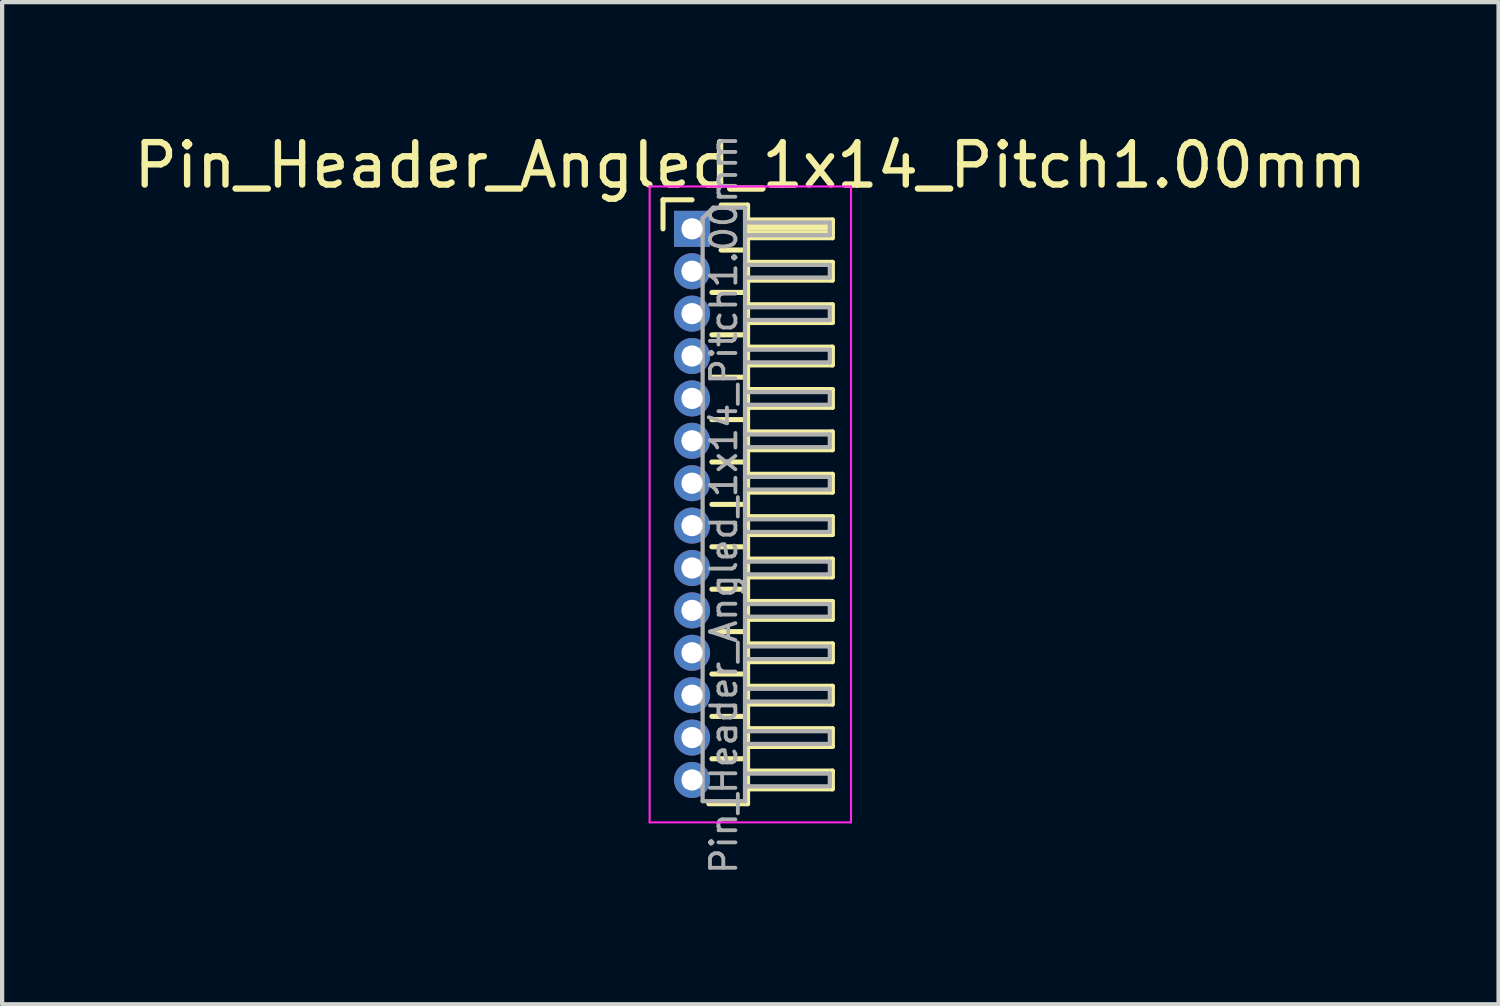
<source format=kicad_pcb>
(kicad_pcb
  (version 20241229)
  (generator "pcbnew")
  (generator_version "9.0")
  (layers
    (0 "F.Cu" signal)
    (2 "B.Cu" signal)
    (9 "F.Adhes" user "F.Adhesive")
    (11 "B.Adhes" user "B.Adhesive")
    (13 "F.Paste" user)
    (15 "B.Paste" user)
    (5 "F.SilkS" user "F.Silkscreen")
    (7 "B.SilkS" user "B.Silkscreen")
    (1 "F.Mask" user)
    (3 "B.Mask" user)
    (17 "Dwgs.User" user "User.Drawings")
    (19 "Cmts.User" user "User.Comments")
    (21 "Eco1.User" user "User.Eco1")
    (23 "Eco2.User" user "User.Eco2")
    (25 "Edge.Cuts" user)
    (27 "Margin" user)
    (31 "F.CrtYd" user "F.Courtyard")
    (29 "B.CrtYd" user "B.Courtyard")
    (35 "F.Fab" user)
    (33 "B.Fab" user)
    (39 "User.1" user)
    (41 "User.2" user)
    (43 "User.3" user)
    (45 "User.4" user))
  (footprint "Pin_Header_Angled_1x14_Pitch1.00mm"
    (layer "F.Cu")
    (at 13.274 2.348)
    (property "Reference" "Pin_Header_Angled_1x14_Pitch1.00mm" (at 1.375 -1.5 0) (layer "F.SilkS") (effects (font (size 1 1) (thickness 0.15))))
    (attr through_hole)
    (fp_line (start -0.685 -0.685) (end 0 -0.685) (stroke (width 0.12) (type solid)) (layer "F.SilkS"))
    (fp_line (start -0.685 0) (end -0.685 -0.685) (stroke (width 0.12) (type solid)) (layer "F.SilkS"))
    (fp_line (start 0.468 1.5) (end 1.31 1.5) (stroke (width 0.12) (type solid)) (layer "F.SilkS"))
    (fp_line (start 0.468 2.5) (end 1.31 2.5) (stroke (width 0.12) (type solid)) (layer "F.SilkS"))
    (fp_line (start 0.468 3.5) (end 1.31 3.5) (stroke (width 0.12) (type solid)) (layer "F.SilkS"))
    (fp_line (start 0.468 4.5) (end 1.31 4.5) (stroke (width 0.12) (type solid)) (layer "F.SilkS"))
    (fp_line (start 0.468 5.5) (end 1.31 5.5) (stroke (width 0.12) (type solid)) (layer "F.SilkS"))
    (fp_line (start 0.468 6.5) (end 1.31 6.5) (stroke (width 0.12) (type solid)) (layer "F.SilkS"))
    (fp_line (start 0.468 7.5) (end 1.31 7.5) (stroke (width 0.12) (type solid)) (layer "F.SilkS"))
    (fp_line (start 0.468 8.5) (end 1.31 8.5) (stroke (width 0.12) (type solid)) (layer "F.SilkS"))
    (fp_line (start 0.468 9.5) (end 1.31 9.5) (stroke (width 0.12) (type solid)) (layer "F.SilkS"))
    (fp_line (start 0.468 10.5) (end 1.31 10.5) (stroke (width 0.12) (type solid)) (layer "F.SilkS"))
    (fp_line (start 0.468 11.5) (end 1.31 11.5) (stroke (width 0.12) (type solid)) (layer "F.SilkS"))
    (fp_line (start 0.468 12.5) (end 1.31 12.5) (stroke (width 0.12) (type solid)) (layer "F.SilkS"))
    (fp_line (start 0.685 -0.56) (end 1.31 -0.56) (stroke (width 0.12) (type solid)) (layer "F.SilkS"))
    (fp_line (start 0.685 0.5) (end 1.31 0.5) (stroke (width 0.12) (type solid)) (layer "F.SilkS"))
    (fp_line (start 1.31 -0.56) (end 1.31 13.56) (stroke (width 0.12) (type solid)) (layer "F.SilkS"))
    (fp_line (start 1.31 -0.21) (end 3.31 -0.21) (stroke (width 0.12) (type solid)) (layer "F.SilkS"))
    (fp_line (start 1.31 -0.15) (end 3.31 -0.15) (stroke (width 0.12) (type solid)) (layer "F.SilkS"))
    (fp_line (start 1.31 -0.03) (end 3.31 -0.03) (stroke (width 0.12) (type solid)) (layer "F.SilkS"))
    (fp_line (start 1.31 0.09) (end 3.31 0.09) (stroke (width 0.12) (type solid)) (layer "F.SilkS"))
    (fp_line (start 1.31 0.79) (end 3.31 0.79) (stroke (width 0.12) (type solid)) (layer "F.SilkS"))
    (fp_line (start 1.31 1.79) (end 3.31 1.79) (stroke (width 0.12) (type solid)) (layer "F.SilkS"))
    (fp_line (start 1.31 2.79) (end 3.31 2.79) (stroke (width 0.12) (type solid)) (layer "F.SilkS"))
    (fp_line (start 1.31 3.79) (end 3.31 3.79) (stroke (width 0.12) (type solid)) (layer "F.SilkS"))
    (fp_line (start 1.31 4.79) (end 3.31 4.79) (stroke (width 0.12) (type solid)) (layer "F.SilkS"))
    (fp_line (start 1.31 5.79) (end 3.31 5.79) (stroke (width 0.12) (type solid)) (layer "F.SilkS"))
    (fp_line (start 1.31 6.79) (end 3.31 6.79) (stroke (width 0.12) (type solid)) (layer "F.SilkS"))
    (fp_line (start 1.31 7.79) (end 3.31 7.79) (stroke (width 0.12) (type solid)) (layer "F.SilkS"))
    (fp_line (start 1.31 8.79) (end 3.31 8.79) (stroke (width 0.12) (type solid)) (layer "F.SilkS"))
    (fp_line (start 1.31 9.79) (end 3.31 9.79) (stroke (width 0.12) (type solid)) (layer "F.SilkS"))
    (fp_line (start 1.31 10.79) (end 3.31 10.79) (stroke (width 0.12) (type solid)) (layer "F.SilkS"))
    (fp_line (start 1.31 11.79) (end 3.31 11.79) (stroke (width 0.12) (type solid)) (layer "F.SilkS"))
    (fp_line (start 1.31 12.79) (end 3.31 12.79) (stroke (width 0.12) (type solid)) (layer "F.SilkS"))
    (fp_line (start 1.31 13.56) (end 0.394 13.56) (stroke (width 0.12) (type solid)) (layer "F.SilkS"))
    (fp_line (start 3.31 -0.21) (end 3.31 0.21) (stroke (width 0.12) (type solid)) (layer "F.SilkS"))
    (fp_line (start 3.31 0.21) (end 1.31 0.21) (stroke (width 0.12) (type solid)) (layer "F.SilkS"))
    (fp_line (start 3.31 0.79) (end 3.31 1.21) (stroke (width 0.12) (type solid)) (layer "F.SilkS"))
    (fp_line (start 3.31 1.21) (end 1.31 1.21) (stroke (width 0.12) (type solid)) (layer "F.SilkS"))
    (fp_line (start 3.31 1.79) (end 3.31 2.21) (stroke (width 0.12) (type solid)) (layer "F.SilkS"))
    (fp_line (start 3.31 2.21) (end 1.31 2.21) (stroke (width 0.12) (type solid)) (layer "F.SilkS"))
    (fp_line (start 3.31 2.79) (end 3.31 3.21) (stroke (width 0.12) (type solid)) (layer "F.SilkS"))
    (fp_line (start 3.31 3.21) (end 1.31 3.21) (stroke (width 0.12) (type solid)) (layer "F.SilkS"))
    (fp_line (start 3.31 3.79) (end 3.31 4.21) (stroke (width 0.12) (type solid)) (layer "F.SilkS"))
    (fp_line (start 3.31 4.21) (end 1.31 4.21) (stroke (width 0.12) (type solid)) (layer "F.SilkS"))
    (fp_line (start 3.31 4.79) (end 3.31 5.21) (stroke (width 0.12) (type solid)) (layer "F.SilkS"))
    (fp_line (start 3.31 5.21) (end 1.31 5.21) (stroke (width 0.12) (type solid)) (layer "F.SilkS"))
    (fp_line (start 3.31 5.79) (end 3.31 6.21) (stroke (width 0.12) (type solid)) (layer "F.SilkS"))
    (fp_line (start 3.31 6.21) (end 1.31 6.21) (stroke (width 0.12) (type solid)) (layer "F.SilkS"))
    (fp_line (start 3.31 6.79) (end 3.31 7.21) (stroke (width 0.12) (type solid)) (layer "F.SilkS"))
    (fp_line (start 3.31 7.21) (end 1.31 7.21) (stroke (width 0.12) (type solid)) (layer "F.SilkS"))
    (fp_line (start 3.31 7.79) (end 3.31 8.21) (stroke (width 0.12) (type solid)) (layer "F.SilkS"))
    (fp_line (start 3.31 8.21) (end 1.31 8.21) (stroke (width 0.12) (type solid)) (layer "F.SilkS"))
    (fp_line (start 3.31 8.79) (end 3.31 9.21) (stroke (width 0.12) (type solid)) (layer "F.SilkS"))
    (fp_line (start 3.31 9.21) (end 1.31 9.21) (stroke (width 0.12) (type solid)) (layer "F.SilkS"))
    (fp_line (start 3.31 9.79) (end 3.31 10.21) (stroke (width 0.12) (type solid)) (layer "F.SilkS"))
    (fp_line (start 3.31 10.21) (end 1.31 10.21) (stroke (width 0.12) (type solid)) (layer "F.SilkS"))
    (fp_line (start 3.31 10.79) (end 3.31 11.21) (stroke (width 0.12) (type solid)) (layer "F.SilkS"))
    (fp_line (start 3.31 11.21) (end 1.31 11.21) (stroke (width 0.12) (type solid)) (layer "F.SilkS"))
    (fp_line (start 3.31 11.79) (end 3.31 12.21) (stroke (width 0.12) (type solid)) (layer "F.SilkS"))
    (fp_line (start 3.31 12.21) (end 1.31 12.21) (stroke (width 0.12) (type solid)) (layer "F.SilkS"))
    (fp_line (start 3.31 12.79) (end 3.31 13.21) (stroke (width 0.12) (type solid)) (layer "F.SilkS"))
    (fp_line (start 3.31 13.21) (end 1.31 13.21) (stroke (width 0.12) (type solid)) (layer "F.SilkS"))
    (fp_line (start -1 -1) (end -1 14) (stroke (width 0.05) (type solid)) (layer "F.CrtYd"))
    (fp_line (start -1 14) (end 3.75 14) (stroke (width 0.05) (type solid)) (layer "F.CrtYd"))
    (fp_line (start 3.75 -1) (end -1 -1) (stroke (width 0.05) (type solid)) (layer "F.CrtYd"))
    (fp_line (start 3.75 14) (end 3.75 -1) (stroke (width 0.05) (type solid)) (layer "F.CrtYd"))
    (fp_line (start -0.15 -0.15) (end -0.15 0.15) (stroke (width 0.1) (type solid)) (layer "F.Fab"))
    (fp_line (start -0.15 -0.15) (end 0.25 -0.15) (stroke (width 0.1) (type solid)) (layer "F.Fab"))
    (fp_line (start -0.15 0.15) (end 0.25 0.15) (stroke (width 0.1) (type solid)) (layer "F.Fab"))
    (fp_line (start -0.15 0.85) (end -0.15 1.15) (stroke (width 0.1) (type solid)) (layer "F.Fab"))
    (fp_line (start -0.15 0.85) (end 0.25 0.85) (stroke (width 0.1) (type solid)) (layer "F.Fab"))
    (fp_line (start -0.15 1.15) (end 0.25 1.15) (stroke (width 0.1) (type solid)) (layer "F.Fab"))
    (fp_line (start -0.15 1.85) (end -0.15 2.15) (stroke (width 0.1) (type solid)) (layer "F.Fab"))
    (fp_line (start -0.15 1.85) (end 0.25 1.85) (stroke (width 0.1) (type solid)) (layer "F.Fab"))
    (fp_line (start -0.15 2.15) (end 0.25 2.15) (stroke (width 0.1) (type solid)) (layer "F.Fab"))
    (fp_line (start -0.15 2.85) (end -0.15 3.15) (stroke (width 0.1) (type solid)) (layer "F.Fab"))
    (fp_line (start -0.15 2.85) (end 0.25 2.85) (stroke (width 0.1) (type solid)) (layer "F.Fab"))
    (fp_line (start -0.15 3.15) (end 0.25 3.15) (stroke (width 0.1) (type solid)) (layer "F.Fab"))
    (fp_line (start -0.15 3.85) (end -0.15 4.15) (stroke (width 0.1) (type solid)) (layer "F.Fab"))
    (fp_line (start -0.15 3.85) (end 0.25 3.85) (stroke (width 0.1) (type solid)) (layer "F.Fab"))
    (fp_line (start -0.15 4.15) (end 0.25 4.15) (stroke (width 0.1) (type solid)) (layer "F.Fab"))
    (fp_line (start -0.15 4.85) (end -0.15 5.15) (stroke (width 0.1) (type solid)) (layer "F.Fab"))
    (fp_line (start -0.15 4.85) (end 0.25 4.85) (stroke (width 0.1) (type solid)) (layer "F.Fab"))
    (fp_line (start -0.15 5.15) (end 0.25 5.15) (stroke (width 0.1) (type solid)) (layer "F.Fab"))
    (fp_line (start -0.15 5.85) (end -0.15 6.15) (stroke (width 0.1) (type solid)) (layer "F.Fab"))
    (fp_line (start -0.15 5.85) (end 0.25 5.85) (stroke (width 0.1) (type solid)) (layer "F.Fab"))
    (fp_line (start -0.15 6.15) (end 0.25 6.15) (stroke (width 0.1) (type solid)) (layer "F.Fab"))
    (fp_line (start -0.15 6.85) (end -0.15 7.15) (stroke (width 0.1) (type solid)) (layer "F.Fab"))
    (fp_line (start -0.15 6.85) (end 0.25 6.85) (stroke (width 0.1) (type solid)) (layer "F.Fab"))
    (fp_line (start -0.15 7.15) (end 0.25 7.15) (stroke (width 0.1) (type solid)) (layer "F.Fab"))
    (fp_line (start -0.15 7.85) (end -0.15 8.15) (stroke (width 0.1) (type solid)) (layer "F.Fab"))
    (fp_line (start -0.15 7.85) (end 0.25 7.85) (stroke (width 0.1) (type solid)) (layer "F.Fab"))
    (fp_line (start -0.15 8.15) (end 0.25 8.15) (stroke (width 0.1) (type solid)) (layer "F.Fab"))
    (fp_line (start -0.15 8.85) (end -0.15 9.15) (stroke (width 0.1) (type solid)) (layer "F.Fab"))
    (fp_line (start -0.15 8.85) (end 0.25 8.85) (stroke (width 0.1) (type solid)) (layer "F.Fab"))
    (fp_line (start -0.15 9.15) (end 0.25 9.15) (stroke (width 0.1) (type solid)) (layer "F.Fab"))
    (fp_line (start -0.15 9.85) (end -0.15 10.15) (stroke (width 0.1) (type solid)) (layer "F.Fab"))
    (fp_line (start -0.15 9.85) (end 0.25 9.85) (stroke (width 0.1) (type solid)) (layer "F.Fab"))
    (fp_line (start -0.15 10.15) (end 0.25 10.15) (stroke (width 0.1) (type solid)) (layer "F.Fab"))
    (fp_line (start -0.15 10.85) (end -0.15 11.15) (stroke (width 0.1) (type solid)) (layer "F.Fab"))
    (fp_line (start -0.15 10.85) (end 0.25 10.85) (stroke (width 0.1) (type solid)) (layer "F.Fab"))
    (fp_line (start -0.15 11.15) (end 0.25 11.15) (stroke (width 0.1) (type solid)) (layer "F.Fab"))
    (fp_line (start -0.15 11.85) (end -0.15 12.15) (stroke (width 0.1) (type solid)) (layer "F.Fab"))
    (fp_line (start -0.15 11.85) (end 0.25 11.85) (stroke (width 0.1) (type solid)) (layer "F.Fab"))
    (fp_line (start -0.15 12.15) (end 0.25 12.15) (stroke (width 0.1) (type solid)) (layer "F.Fab"))
    (fp_line (start -0.15 12.85) (end -0.15 13.15) (stroke (width 0.1) (type solid)) (layer "F.Fab"))
    (fp_line (start -0.15 12.85) (end 0.25 12.85) (stroke (width 0.1) (type solid)) (layer "F.Fab"))
    (fp_line (start -0.15 13.15) (end 0.25 13.15) (stroke (width 0.1) (type solid)) (layer "F.Fab"))
    (fp_line (start 0.25 -0.25) (end 0.5 -0.5) (stroke (width 0.1) (type solid)) (layer "F.Fab"))
    (fp_line (start 0.25 13.5) (end 0.25 -0.25) (stroke (width 0.1) (type solid)) (layer "F.Fab"))
    (fp_line (start 0.5 -0.5) (end 1.25 -0.5) (stroke (width 0.1) (type solid)) (layer "F.Fab"))
    (fp_line (start 1.25 -0.5) (end 1.25 13.5) (stroke (width 0.1) (type solid)) (layer "F.Fab"))
    (fp_line (start 1.25 -0.15) (end 3.25 -0.15) (stroke (width 0.1) (type solid)) (layer "F.Fab"))
    (fp_line (start 1.25 0.15) (end 3.25 0.15) (stroke (width 0.1) (type solid)) (layer "F.Fab"))
    (fp_line (start 1.25 0.85) (end 3.25 0.85) (stroke (width 0.1) (type solid)) (layer "F.Fab"))
    (fp_line (start 1.25 1.15) (end 3.25 1.15) (stroke (width 0.1) (type solid)) (layer "F.Fab"))
    (fp_line (start 1.25 1.85) (end 3.25 1.85) (stroke (width 0.1) (type solid)) (layer "F.Fab"))
    (fp_line (start 1.25 2.15) (end 3.25 2.15) (stroke (width 0.1) (type solid)) (layer "F.Fab"))
    (fp_line (start 1.25 2.85) (end 3.25 2.85) (stroke (width 0.1) (type solid)) (layer "F.Fab"))
    (fp_line (start 1.25 3.15) (end 3.25 3.15) (stroke (width 0.1) (type solid)) (layer "F.Fab"))
    (fp_line (start 1.25 3.85) (end 3.25 3.85) (stroke (width 0.1) (type solid)) (layer "F.Fab"))
    (fp_line (start 1.25 4.15) (end 3.25 4.15) (stroke (width 0.1) (type solid)) (layer "F.Fab"))
    (fp_line (start 1.25 4.85) (end 3.25 4.85) (stroke (width 0.1) (type solid)) (layer "F.Fab"))
    (fp_line (start 1.25 5.15) (end 3.25 5.15) (stroke (width 0.1) (type solid)) (layer "F.Fab"))
    (fp_line (start 1.25 5.85) (end 3.25 5.85) (stroke (width 0.1) (type solid)) (layer "F.Fab"))
    (fp_line (start 1.25 6.15) (end 3.25 6.15) (stroke (width 0.1) (type solid)) (layer "F.Fab"))
    (fp_line (start 1.25 6.85) (end 3.25 6.85) (stroke (width 0.1) (type solid)) (layer "F.Fab"))
    (fp_line (start 1.25 7.15) (end 3.25 7.15) (stroke (width 0.1) (type solid)) (layer "F.Fab"))
    (fp_line (start 1.25 7.85) (end 3.25 7.85) (stroke (width 0.1) (type solid)) (layer "F.Fab"))
    (fp_line (start 1.25 8.15) (end 3.25 8.15) (stroke (width 0.1) (type solid)) (layer "F.Fab"))
    (fp_line (start 1.25 8.85) (end 3.25 8.85) (stroke (width 0.1) (type solid)) (layer "F.Fab"))
    (fp_line (start 1.25 9.15) (end 3.25 9.15) (stroke (width 0.1) (type solid)) (layer "F.Fab"))
    (fp_line (start 1.25 9.85) (end 3.25 9.85) (stroke (width 0.1) (type solid)) (layer "F.Fab"))
    (fp_line (start 1.25 10.15) (end 3.25 10.15) (stroke (width 0.1) (type solid)) (layer "F.Fab"))
    (fp_line (start 1.25 10.85) (end 3.25 10.85) (stroke (width 0.1) (type solid)) (layer "F.Fab"))
    (fp_line (start 1.25 11.15) (end 3.25 11.15) (stroke (width 0.1) (type solid)) (layer "F.Fab"))
    (fp_line (start 1.25 11.85) (end 3.25 11.85) (stroke (width 0.1) (type solid)) (layer "F.Fab"))
    (fp_line (start 1.25 12.15) (end 3.25 12.15) (stroke (width 0.1) (type solid)) (layer "F.Fab"))
    (fp_line (start 1.25 12.85) (end 3.25 12.85) (stroke (width 0.1) (type solid)) (layer "F.Fab"))
    (fp_line (start 1.25 13.15) (end 3.25 13.15) (stroke (width 0.1) (type solid)) (layer "F.Fab"))
    (fp_line (start 1.25 13.5) (end 0.25 13.5) (stroke (width 0.1) (type solid)) (layer "F.Fab"))
    (fp_line (start 3.25 -0.15) (end 3.25 0.15) (stroke (width 0.1) (type solid)) (layer "F.Fab"))
    (fp_line (start 3.25 0.85) (end 3.25 1.15) (stroke (width 0.1) (type solid)) (layer "F.Fab"))
    (fp_line (start 3.25 1.85) (end 3.25 2.15) (stroke (width 0.1) (type solid)) (layer "F.Fab"))
    (fp_line (start 3.25 2.85) (end 3.25 3.15) (stroke (width 0.1) (type solid)) (layer "F.Fab"))
    (fp_line (start 3.25 3.85) (end 3.25 4.15) (stroke (width 0.1) (type solid)) (layer "F.Fab"))
    (fp_line (start 3.25 4.85) (end 3.25 5.15) (stroke (width 0.1) (type solid)) (layer "F.Fab"))
    (fp_line (start 3.25 5.85) (end 3.25 6.15) (stroke (width 0.1) (type solid)) (layer "F.Fab"))
    (fp_line (start 3.25 6.85) (end 3.25 7.15) (stroke (width 0.1) (type solid)) (layer "F.Fab"))
    (fp_line (start 3.25 7.85) (end 3.25 8.15) (stroke (width 0.1) (type solid)) (layer "F.Fab"))
    (fp_line (start 3.25 8.85) (end 3.25 9.15) (stroke (width 0.1) (type solid)) (layer "F.Fab"))
    (fp_line (start 3.25 9.85) (end 3.25 10.15) (stroke (width 0.1) (type solid)) (layer "F.Fab"))
    (fp_line (start 3.25 10.85) (end 3.25 11.15) (stroke (width 0.1) (type solid)) (layer "F.Fab"))
    (fp_line (start 3.25 11.85) (end 3.25 12.15) (stroke (width 0.1) (type solid)) (layer "F.Fab"))
    (fp_line (start 3.25 12.85) (end 3.25 13.15) (stroke (width 0.1) (type solid)) (layer "F.Fab"))
    (fp_text user "${REFERENCE}" (at 0.75 6.5 90) (layer "F.Fab") (effects (font (size 0.6 0.6) (thickness 0.09))))
    (pad "1" thru_hole rect (at 0 0) (size 0.85 0.85) (drill 0.5) (layers "*.Cu" "*.Mask"))
    (pad "2" thru_hole oval (at 0 1) (size 0.85 0.85) (drill 0.5) (layers "*.Cu" "*.Mask"))
    (pad "3" thru_hole oval (at 0 2) (size 0.85 0.85) (drill 0.5) (layers "*.Cu" "*.Mask"))
    (pad "4" thru_hole oval (at 0 3) (size 0.85 0.85) (drill 0.5) (layers "*.Cu" "*.Mask"))
    (pad "5" thru_hole oval (at 0 4) (size 0.85 0.85) (drill 0.5) (layers "*.Cu" "*.Mask"))
    (pad "6" thru_hole oval (at 0 5) (size 0.85 0.85) (drill 0.5) (layers "*.Cu" "*.Mask"))
    (pad "7" thru_hole oval (at 0 6) (size 0.85 0.85) (drill 0.5) (layers "*.Cu" "*.Mask"))
    (pad "8" thru_hole oval (at 0 7) (size 0.85 0.85) (drill 0.5) (layers "*.Cu" "*.Mask"))
    (pad "9" thru_hole oval (at 0 8) (size 0.85 0.85) (drill 0.5) (layers "*.Cu" "*.Mask"))
    (pad "10" thru_hole oval (at 0 9) (size 0.85 0.85) (drill 0.5) (layers "*.Cu" "*.Mask"))
    (pad "11" thru_hole oval (at 0 10) (size 0.85 0.85) (drill 0.5) (layers "*.Cu" "*.Mask"))
    (pad "12" thru_hole oval (at 0 11) (size 0.85 0.85) (drill 0.5) (layers "*.Cu" "*.Mask"))
    (pad "13" thru_hole oval (at 0 12) (size 0.85 0.85) (drill 0.5) (layers "*.Cu" "*.Mask"))
    (pad "14" thru_hole oval (at 0 13) (size 0.85 0.85) (drill 0.5) (layers "*.Cu" "*.Mask")))
  (gr_rect
    (start -3 -3)
    (end 32.298 20.638)
    (stroke (width 0.1) (type default))
    (fill no)
    (layer "Edge.Cuts")))
</source>
